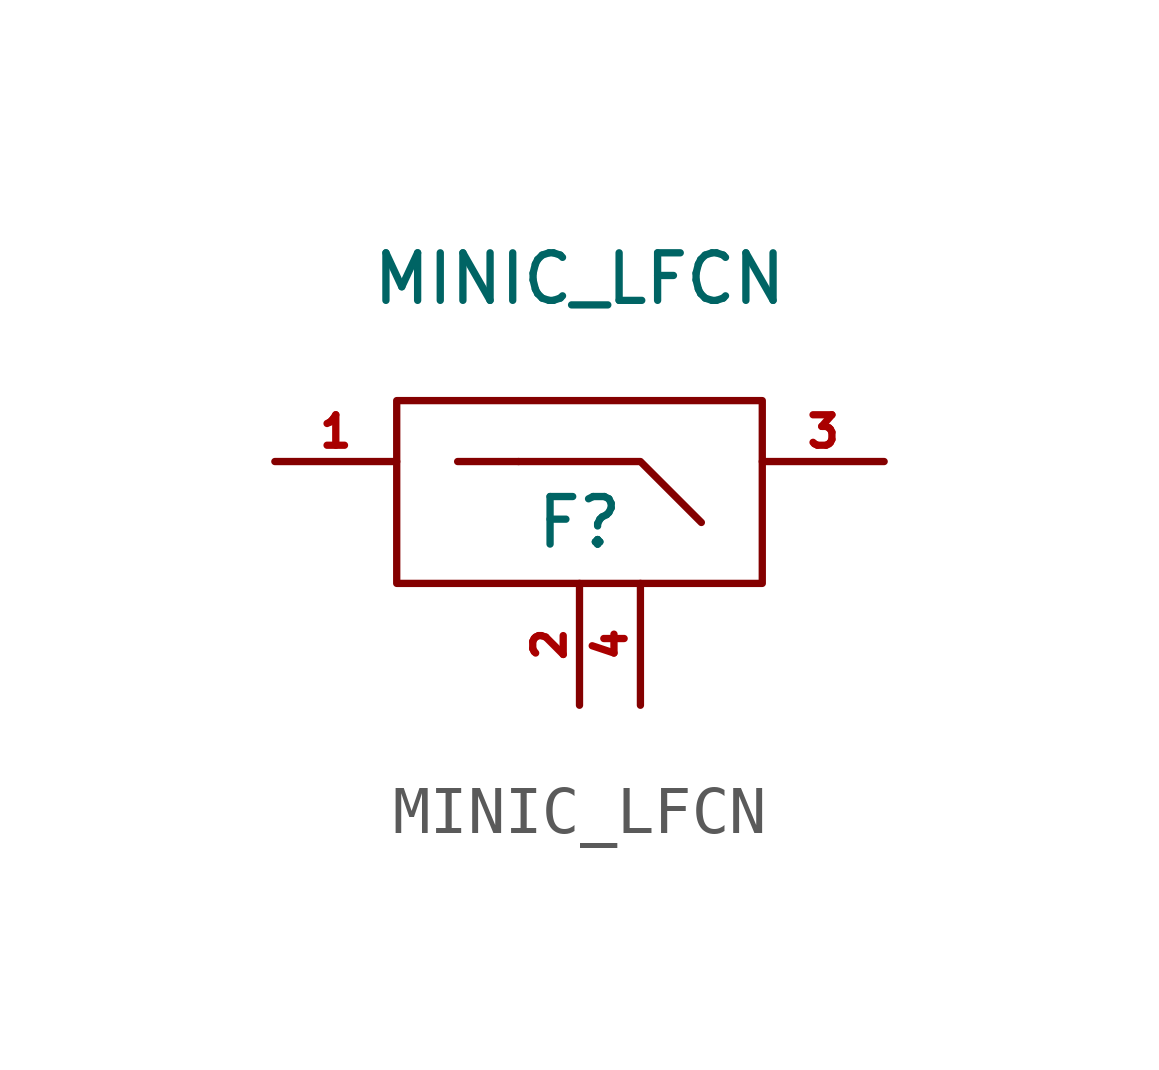
<source format=kicad_sym>
(kicad_symbol_lib
  (version 20241209)
  (generator "kicad_symbol_editor")
  (generator_version "9.0")
  (symbol "MINIC_LFCN"
    (pin_names
      (offset 1.016)
      (hide yes))
    (property "Reference" "F"
      (at 0 0 0)
      (effects (font (size 0.991 0.991))))
    (property "Value" "MINIC_LFCN"
      (at 0 5.08 0)
      (effects (font (size 0.991 0.991))))
    (symbol "MINIC_LFCN_0_0"
      (pin passive line (at -6.35 1.27 0) (length 2.54) (name "RFIN" (effects (font (size 0.635 0.635)))) (number "1" (effects (font (size 0.635 0.635)))))
      (pin passive line (at 0 -3.81 90) (length 2.54) (name "GND" (effects (font (size 0.635 0.635)))) (number "2" (effects (font (size 0.635 0.635)))))
      (pin passive line (at 1.27 -3.81 90) (length 2.54) (name "GND" (effects (font (size 0.635 0.635)))) (number "4" (effects (font (size 0.635 0.635)))))
      (pin passive line (at 6.35 1.27 180) (length 2.54) (name "RFOUT" (effects (font (size 0.635 0.635)))) (number "3" (effects (font (size 0.635 0.635))))))
    (symbol "MINIC_LFCN_0_1"
      (rectangle (start -3.81 2.54) (end 3.81 -1.27) (stroke (width 0) (type solid)) (fill (type none)))
      (polyline (pts (xy -1.27 1.27) (xy -2.54 1.27)) (stroke (width 0) (type solid)) (fill (type none)))
      (polyline (pts (xy -1.27 1.27) (xy 1.27 1.27) (xy 2.54 0)) (stroke (width 0) (type solid)) (fill (type none))))))
</source>
